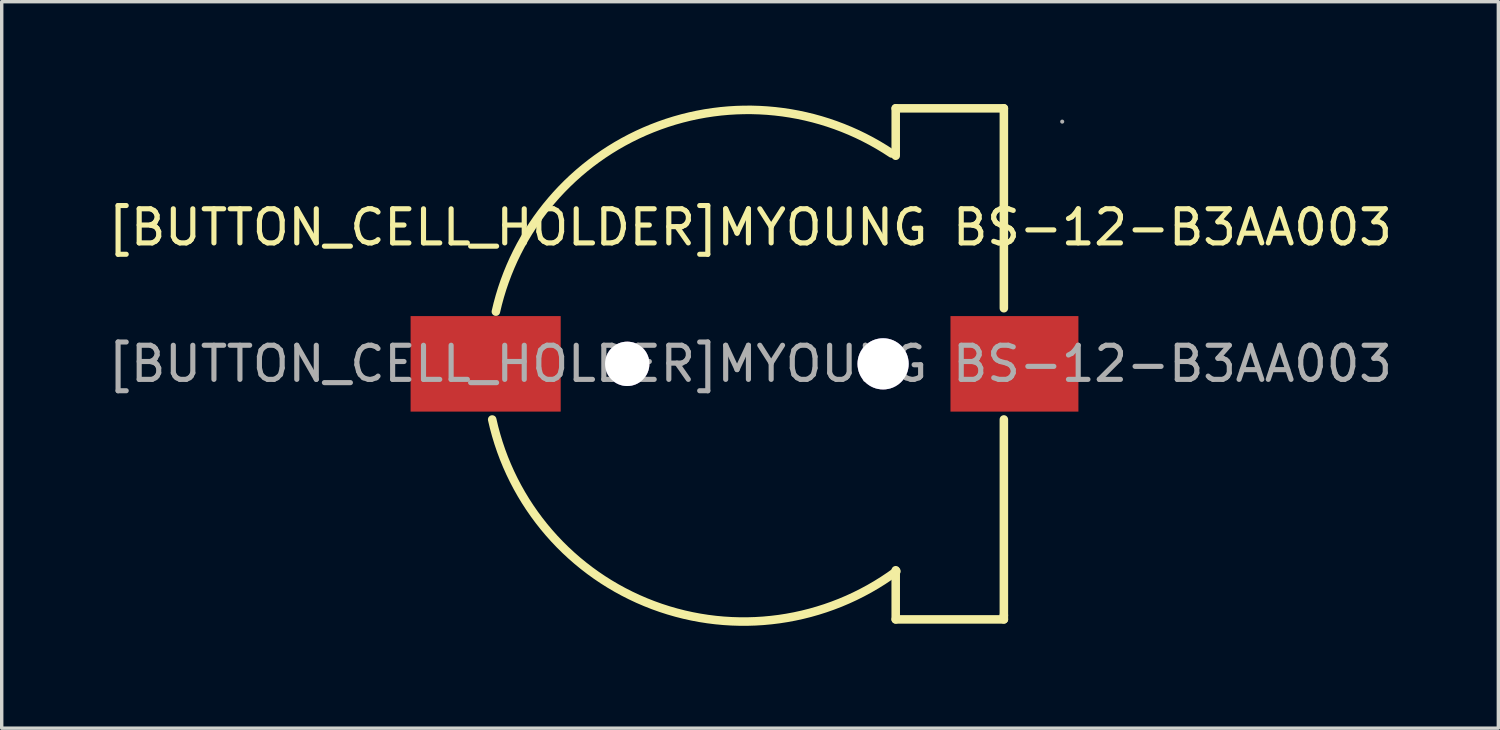
<source format=kicad_pcb>
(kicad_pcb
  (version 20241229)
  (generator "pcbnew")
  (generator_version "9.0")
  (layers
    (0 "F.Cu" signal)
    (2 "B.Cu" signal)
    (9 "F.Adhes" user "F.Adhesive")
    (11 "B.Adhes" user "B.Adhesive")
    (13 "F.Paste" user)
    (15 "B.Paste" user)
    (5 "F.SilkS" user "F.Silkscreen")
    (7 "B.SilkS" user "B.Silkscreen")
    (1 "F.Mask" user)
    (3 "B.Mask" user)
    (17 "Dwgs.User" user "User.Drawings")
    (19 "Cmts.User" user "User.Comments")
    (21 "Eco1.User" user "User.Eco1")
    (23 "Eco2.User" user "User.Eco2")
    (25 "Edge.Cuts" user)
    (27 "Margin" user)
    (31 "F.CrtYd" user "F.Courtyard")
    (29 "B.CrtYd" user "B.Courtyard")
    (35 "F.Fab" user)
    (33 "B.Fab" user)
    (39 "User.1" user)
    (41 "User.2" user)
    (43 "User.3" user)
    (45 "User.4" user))
  (footprint "[BUTTON_CELL_HOLDER]MYOUNG BS-12-B3AA003"
    (layer "F.Cu")
    (at 18.935 7.615)
    (property "Reference" "[BUTTON_CELL_HOLDER]MYOUNG BS-12-B3AA003" (at 0 -4 0) (layer "F.SilkS") (effects (font (size 1 1) (thickness 0.15))))
    (attr smd)
    (fp_line (start 4.27 -7.49) (end 7.44 -7.49) (stroke (width 0.25) (type solid)) (layer "F.SilkS"))
    (fp_line (start 4.27 -6.1) (end 4.27 -7.49) (stroke (width 0.25) (type solid)) (layer "F.SilkS"))
    (fp_line (start 4.27 7.49) (end 4.27 6.05) (stroke (width 0.25) (type solid)) (layer "F.SilkS"))
    (fp_line (start 7.44 -7.49) (end 7.44 -1.63) (stroke (width 0.25) (type solid)) (layer "F.SilkS"))
    (fp_line (start 7.44 1.63) (end 7.44 7.37) (stroke (width 0.25) (type solid)) (layer "F.SilkS"))
    (fp_line (start 7.44 7.37) (end 7.44 7.49) (stroke (width 0.25) (type solid)) (layer "F.SilkS"))
    (fp_line (start 7.44 7.49) (end 4.27 7.49) (stroke (width 0.25) (type solid)) (layer "F.SilkS"))
    (fp_arc (start -7.45 -1.53) (mid -2.870329 -6.903474) (end 4.151277 -6.165462) (stroke (width 0.25) (type solid)) (layer "F.SilkS"))
    (fp_arc (start 4.29 6.08) (mid -2.84198 7.07274) (end -7.557967 1.63122) (stroke (width 0.25) (type solid)) (layer "F.SilkS"))
    (fp_circle (center -3.6 0) (end -3.4 0) (stroke (width 0.4) (type solid)) (fill no) (layer "Cmts.User"))
    (fp_circle (center 3.9 0) (end 4.15 0) (stroke (width 0.5) (type solid)) (fill no) (layer "Cmts.User"))
    (fp_circle (center 9.15 -7.1) (end 9.18 -7.1) (stroke (width 0.06) (type solid)) (fill no) (layer "F.Fab"))
    (fp_text user "${REFERENCE}" (at 0 0 0) (layer "F.Fab") (effects (font (size 1 1) (thickness 0.15))))
    (pad "" thru_hole circle (at -3.6 0) (size 1.3 1.3) (drill 1.3) (layers "*.Cu" "*.Mask"))
    (pad "" thru_hole circle (at 3.9 0) (size 1.5 1.5) (drill 1.5) (layers "*.Cu" "*.Mask"))
    (pad "1" smd rect (at 7.75 0) (size 3.75 2.8) (layers "F.Cu" "F.Mask" "F.Paste"))
    (pad "2" smd rect (at -7.75 0) (size 4.4 2.8) (layers "F.Cu" "F.Mask" "F.Paste")))
  (gr_rect
    (start -3 -3)
    (end 40.869 18.294)
    (stroke (width 0.1) (type default))
    (fill no)
    (layer "Edge.Cuts")))
</source>
